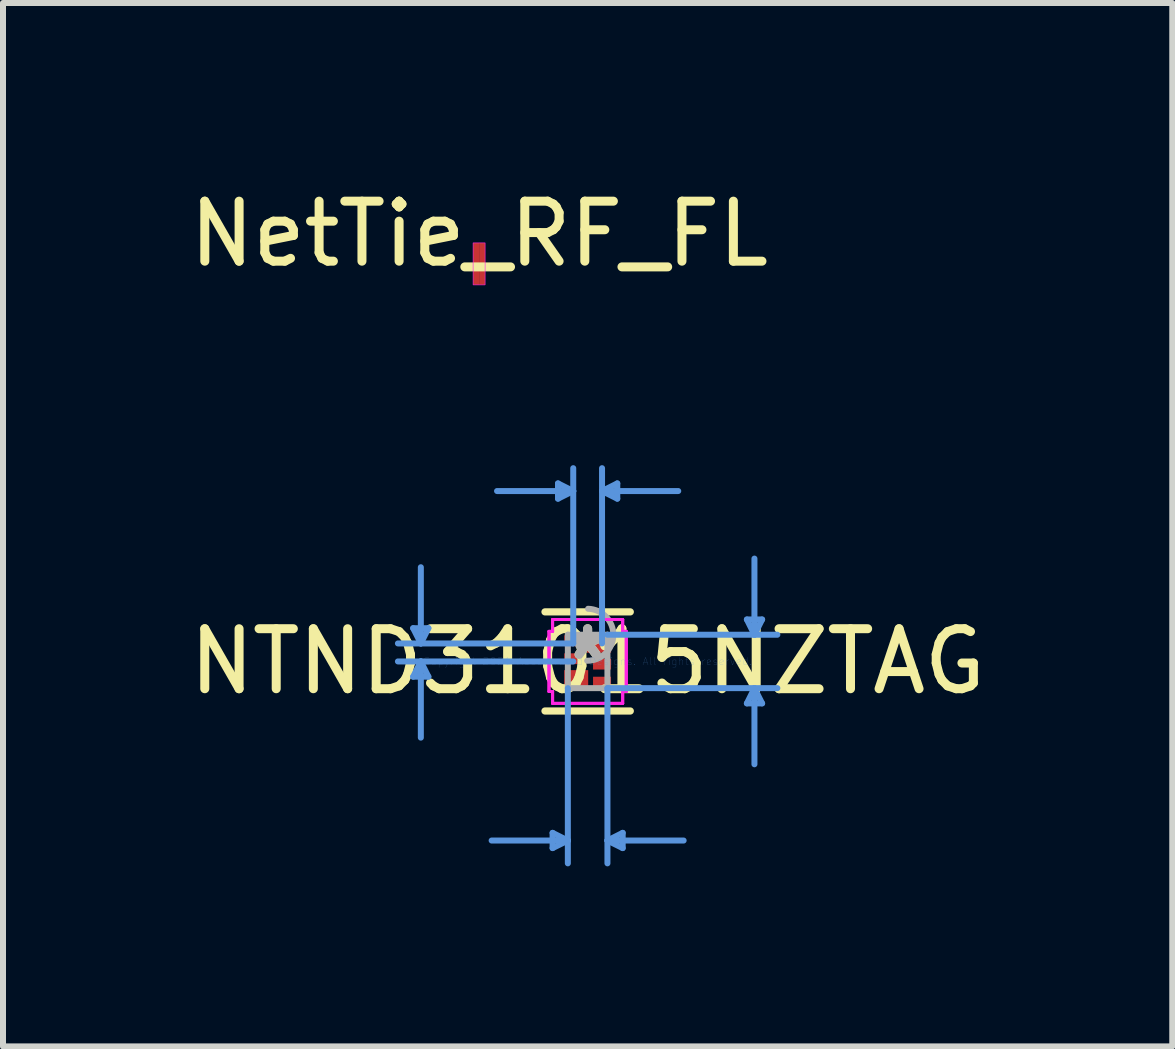
<source format=kicad_pcb>
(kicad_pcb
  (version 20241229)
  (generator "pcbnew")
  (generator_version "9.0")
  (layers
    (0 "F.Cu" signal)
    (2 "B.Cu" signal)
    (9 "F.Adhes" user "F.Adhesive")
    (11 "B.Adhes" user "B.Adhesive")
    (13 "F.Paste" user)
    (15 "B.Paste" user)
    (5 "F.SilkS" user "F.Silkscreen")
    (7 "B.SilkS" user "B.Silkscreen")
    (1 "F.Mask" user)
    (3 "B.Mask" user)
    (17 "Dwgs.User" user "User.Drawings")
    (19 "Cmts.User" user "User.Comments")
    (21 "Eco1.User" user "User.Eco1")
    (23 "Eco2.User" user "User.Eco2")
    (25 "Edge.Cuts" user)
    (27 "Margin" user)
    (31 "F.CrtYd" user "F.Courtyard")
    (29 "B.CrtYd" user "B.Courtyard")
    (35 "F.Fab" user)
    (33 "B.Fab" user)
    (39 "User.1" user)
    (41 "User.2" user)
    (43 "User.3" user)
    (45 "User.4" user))
  (footprint "NTND31015NZTAG"
    (layer "F.Cu")
    (at 6.744 7.974)
    (property "Reference" "NTND31015NZTAG" (at 0 0 0) (layer "F.SilkS") (effects (font (size 1 1) (thickness 0.15))))
    (attr through_hole)
    (fp_poly (pts (xy -0.391 -0.39) (xy -0.391 -0.21) (xy -0.09 -0.21) (xy -0.09 -0.39)) (stroke (width 0.1) (type solid)) (fill yes) (layer "F.Mask"))
    (fp_poly (pts (xy -0.391 -0.09) (xy -0.391 0.09) (xy -0.09 0.09) (xy -0.09 -0.09)) (stroke (width 0.1) (type solid)) (fill yes) (layer "F.Mask"))
    (fp_poly (pts (xy -0.391 0.21) (xy -0.391 0.39) (xy -0.09 0.39) (xy -0.09 0.21)) (stroke (width 0.1) (type solid)) (fill yes) (layer "F.Mask"))
    (fp_poly (pts (xy 0.09 -0.39) (xy 0.09 -0.21) (xy 0.391 -0.21) (xy 0.391 -0.39)) (stroke (width 0.1) (type solid)) (fill yes) (layer "F.Mask"))
    (fp_poly (pts (xy 0.09 -0.09) (xy 0.09 0.09) (xy 0.391 0.09) (xy 0.391 -0.09)) (stroke (width 0.1) (type solid)) (fill yes) (layer "F.Mask"))
    (fp_poly (pts (xy 0.09 0.21) (xy 0.09 0.39) (xy 0.391 0.39) (xy 0.391 0.21)) (stroke (width 0.1) (type solid)) (fill yes) (layer "F.Mask"))
    (fp_line (start -0.711 0.826) (end 0.711 0.826) (stroke (width 0.12) (type solid)) (layer "F.SilkS"))
    (fp_line (start 0.711 -0.826) (end -0.711 -0.826) (stroke (width 0.12) (type solid)) (layer "F.SilkS"))
    (fp_poly (pts (xy -0.391 -0.39) (xy -0.391 -0.21) (xy -0.09 -0.21) (xy -0.09 -0.39)) (stroke (width 0.1) (type solid)) (fill yes) (layer "F.Paste"))
    (fp_poly (pts (xy -0.391 -0.09) (xy -0.391 0.09) (xy -0.09 0.09) (xy -0.09 -0.09)) (stroke (width 0.1) (type solid)) (fill yes) (layer "F.Paste"))
    (fp_poly (pts (xy -0.391 0.21) (xy -0.391 0.39) (xy -0.09 0.39) (xy -0.09 0.21)) (stroke (width 0.1) (type solid)) (fill yes) (layer "F.Paste"))
    (fp_poly (pts (xy 0.09 -0.39) (xy 0.09 -0.21) (xy 0.391 -0.21) (xy 0.391 -0.39)) (stroke (width 0.1) (type solid)) (fill yes) (layer "F.Paste"))
    (fp_poly (pts (xy 0.09 -0.09) (xy 0.09 0.09) (xy 0.391 0.09) (xy 0.391 -0.09)) (stroke (width 0.1) (type solid)) (fill yes) (layer "F.Paste"))
    (fp_poly (pts (xy 0.09 0.21) (xy 0.09 0.39) (xy 0.391 0.39) (xy 0.391 0.21)) (stroke (width 0.1) (type solid)) (fill yes) (layer "F.Paste"))
    (fp_line (start -2.908 -0.554) (end -2.654 -0.554) (stroke (width 0.1) (type solid)) (layer "Cmts.User"))
    (fp_line (start -2.908 0.254) (end -2.654 0.254) (stroke (width 0.1) (type solid)) (layer "Cmts.User"))
    (fp_line (start -2.78 -0.3) (end -2.908 -0.554) (stroke (width 0.1) (type solid)) (layer "Cmts.User"))
    (fp_line (start -2.78 -0.3) (end -2.78 -1.57) (stroke (width 0.1) (type solid)) (layer "Cmts.User"))
    (fp_line (start -2.78 -0.3) (end -2.654 -0.554) (stroke (width 0.1) (type solid)) (layer "Cmts.User"))
    (fp_line (start -2.78 0) (end -2.908 0.254) (stroke (width 0.1) (type solid)) (layer "Cmts.User"))
    (fp_line (start -2.78 0) (end -2.78 1.27) (stroke (width 0.1) (type solid)) (layer "Cmts.User"))
    (fp_line (start -2.78 0) (end -2.654 0.254) (stroke (width 0.1) (type solid)) (layer "Cmts.User"))
    (fp_line (start -0.584 2.857) (end -0.584 3.111) (stroke (width 0.1) (type solid)) (layer "Cmts.User"))
    (fp_line (start -0.494 -2.967) (end -0.494 -2.713) (stroke (width 0.1) (type solid)) (layer "Cmts.User"))
    (fp_line (start -0.33 0.445) (end -0.33 3.365) (stroke (width 0.1) (type solid)) (layer "Cmts.User"))
    (fp_line (start -0.33 2.985) (end -1.6 2.985) (stroke (width 0.1) (type solid)) (layer "Cmts.User"))
    (fp_line (start -0.33 2.985) (end -0.584 2.857) (stroke (width 0.1) (type solid)) (layer "Cmts.User"))
    (fp_line (start -0.33 2.985) (end -0.584 3.111) (stroke (width 0.1) (type solid)) (layer "Cmts.User"))
    (fp_line (start -0.24 -2.84) (end -1.51 -2.84) (stroke (width 0.1) (type solid)) (layer "Cmts.User"))
    (fp_line (start -0.24 -2.84) (end -0.494 -2.967) (stroke (width 0.1) (type solid)) (layer "Cmts.User"))
    (fp_line (start -0.24 -2.84) (end -0.494 -2.713) (stroke (width 0.1) (type solid)) (layer "Cmts.User"))
    (fp_line (start -0.24 -0.3) (end -3.162 -0.3) (stroke (width 0.1) (type solid)) (layer "Cmts.User"))
    (fp_line (start -0.24 -0.3) (end -0.24 -3.221) (stroke (width 0.1) (type solid)) (layer "Cmts.User"))
    (fp_line (start -0.24 0) (end -3.162 0) (stroke (width 0.1) (type solid)) (layer "Cmts.User"))
    (fp_line (start 0.24 -2.84) (end 0.494 -2.967) (stroke (width 0.1) (type solid)) (layer "Cmts.User"))
    (fp_line (start 0.24 -2.84) (end 0.494 -2.713) (stroke (width 0.1) (type solid)) (layer "Cmts.User"))
    (fp_line (start 0.24 -2.84) (end 1.51 -2.84) (stroke (width 0.1) (type solid)) (layer "Cmts.User"))
    (fp_line (start 0.24 -0.3) (end 0.24 -3.221) (stroke (width 0.1) (type solid)) (layer "Cmts.User"))
    (fp_line (start 0.33 -0.445) (end 3.162 -0.445) (stroke (width 0.1) (type solid)) (layer "Cmts.User"))
    (fp_line (start 0.33 0.445) (end 0.33 3.365) (stroke (width 0.1) (type solid)) (layer "Cmts.User"))
    (fp_line (start 0.33 0.445) (end 3.162 0.445) (stroke (width 0.1) (type solid)) (layer "Cmts.User"))
    (fp_line (start 0.33 2.985) (end 0.584 2.857) (stroke (width 0.1) (type solid)) (layer "Cmts.User"))
    (fp_line (start 0.33 2.985) (end 0.584 3.111) (stroke (width 0.1) (type solid)) (layer "Cmts.User"))
    (fp_line (start 0.33 2.985) (end 1.6 2.985) (stroke (width 0.1) (type solid)) (layer "Cmts.User"))
    (fp_line (start 0.494 -2.967) (end 0.494 -2.713) (stroke (width 0.1) (type solid)) (layer "Cmts.User"))
    (fp_line (start 0.584 2.857) (end 0.584 3.111) (stroke (width 0.1) (type solid)) (layer "Cmts.User"))
    (fp_line (start 2.654 -0.699) (end 2.908 -0.699) (stroke (width 0.1) (type solid)) (layer "Cmts.User"))
    (fp_line (start 2.654 0.699) (end 2.908 0.699) (stroke (width 0.1) (type solid)) (layer "Cmts.User"))
    (fp_line (start 2.78 -0.445) (end 2.654 -0.699) (stroke (width 0.1) (type solid)) (layer "Cmts.User"))
    (fp_line (start 2.78 -0.445) (end 2.78 -1.714) (stroke (width 0.1) (type solid)) (layer "Cmts.User"))
    (fp_line (start 2.78 -0.445) (end 2.908 -0.699) (stroke (width 0.1) (type solid)) (layer "Cmts.User"))
    (fp_line (start 2.78 0.445) (end 2.654 0.699) (stroke (width 0.1) (type solid)) (layer "Cmts.User"))
    (fp_line (start 2.78 0.445) (end 2.78 1.714) (stroke (width 0.1) (type solid)) (layer "Cmts.User"))
    (fp_line (start 2.78 0.445) (end 2.908 0.699) (stroke (width 0.1) (type solid)) (layer "Cmts.User"))
    (fp_line (start -0.644 -0.501) (end -0.584 -0.501) (stroke (width 0.05) (type solid)) (layer "F.CrtYd"))
    (fp_line (start -0.644 -0.501) (end -0.584 -0.501) (stroke (width 0.05) (type solid)) (layer "F.CrtYd"))
    (fp_line (start -0.644 0.501) (end -0.644 -0.501) (stroke (width 0.05) (type solid)) (layer "F.CrtYd"))
    (fp_line (start -0.644 0.501) (end -0.644 -0.501) (stroke (width 0.05) (type solid)) (layer "F.CrtYd"))
    (fp_line (start -0.644 0.501) (end -0.584 0.501) (stroke (width 0.05) (type solid)) (layer "F.CrtYd"))
    (fp_line (start -0.584 -0.699) (end 0.584 -0.699) (stroke (width 0.05) (type solid)) (layer "F.CrtYd"))
    (fp_line (start -0.584 -0.699) (end 0.584 -0.699) (stroke (width 0.05) (type solid)) (layer "F.CrtYd"))
    (fp_line (start -0.584 -0.501) (end -0.584 -0.699) (stroke (width 0.05) (type solid)) (layer "F.CrtYd"))
    (fp_line (start -0.584 -0.501) (end -0.584 -0.699) (stroke (width 0.05) (type solid)) (layer "F.CrtYd"))
    (fp_line (start -0.584 0.501) (end -0.644 0.501) (stroke (width 0.05) (type solid)) (layer "F.CrtYd"))
    (fp_line (start -0.584 0.699) (end -0.584 0.501) (stroke (width 0.05) (type solid)) (layer "F.CrtYd"))
    (fp_line (start -0.584 0.699) (end -0.584 0.501) (stroke (width 0.05) (type solid)) (layer "F.CrtYd"))
    (fp_line (start 0.584 -0.699) (end 0.584 -0.501) (stroke (width 0.05) (type solid)) (layer "F.CrtYd"))
    (fp_line (start 0.584 -0.699) (end 0.584 -0.501) (stroke (width 0.05) (type solid)) (layer "F.CrtYd"))
    (fp_line (start 0.584 -0.501) (end 0.644 -0.501) (stroke (width 0.05) (type solid)) (layer "F.CrtYd"))
    (fp_line (start 0.584 0.501) (end 0.584 0.699) (stroke (width 0.05) (type solid)) (layer "F.CrtYd"))
    (fp_line (start 0.584 0.501) (end 0.584 0.699) (stroke (width 0.05) (type solid)) (layer "F.CrtYd"))
    (fp_line (start 0.584 0.699) (end -0.584 0.699) (stroke (width 0.05) (type solid)) (layer "F.CrtYd"))
    (fp_line (start 0.584 0.699) (end -0.584 0.699) (stroke (width 0.05) (type solid)) (layer "F.CrtYd"))
    (fp_line (start 0.644 -0.501) (end 0.584 -0.501) (stroke (width 0.05) (type solid)) (layer "F.CrtYd"))
    (fp_line (start 0.644 -0.501) (end 0.644 0.501) (stroke (width 0.05) (type solid)) (layer "F.CrtYd"))
    (fp_line (start 0.644 -0.501) (end 0.644 0.501) (stroke (width 0.05) (type solid)) (layer "F.CrtYd"))
    (fp_line (start 0.644 0.501) (end 0.584 0.501) (stroke (width 0.05) (type solid)) (layer "F.CrtYd"))
    (fp_line (start 0.644 0.501) (end 0.584 0.501) (stroke (width 0.05) (type solid)) (layer "F.CrtYd"))
    (fp_line (start -0.33 -0.445) (end -0.33 0.445) (stroke (width 0.1) (type solid)) (layer "F.Fab"))
    (fp_line (start -0.33 0.445) (end 0.33 0.445) (stroke (width 0.1) (type solid)) (layer "F.Fab"))
    (fp_line (start 0.33 -0.445) (end -0.33 -0.445) (stroke (width 0.1) (type solid)) (layer "F.Fab"))
    (fp_line (start 0.33 0.445) (end 0.33 -0.445) (stroke (width 0.1) (type solid)) (layer "F.Fab"))
    (fp_arc (start 0.007742 -0.87771) (mid 0.43321 -0.436758) (end -0.007742 -0.01129) (stroke (width 0.1) (type solid)) (layer "F.Fab"))
    (fp_circle (center -0.09 -0.3) (end -0.014 -0.3) (stroke (width 0.1) (type solid)) (fill no) (layer "F.Fab"))
    (fp_text user "*" (at 0 0 0) (layer "F.SilkS") (effects (font (size 1 1) (thickness 0.15))))
    (fp_text user "Copyright 2021 Accelerated Designs. All rights reserved." (at 0 0 0) (layer "Cmts.User") (effects (font (size 0.127 0.127) (thickness 0.002))))
    (fp_text user "*" (at 0 0 0) (layer "F.Fab") (effects (font (size 1 1) (thickness 0.15))))
    (pad "1" smd rect (at -0.24 -0.345) (size 0.3 0.18) (layers "F.Cu" "F.Mask"))
    (pad "2" smd rect (at -0.24 -0.045) (size 0.3 0.18) (layers "F.Cu" "F.Mask"))
    (pad "3" smd rect (at -0.191 0.295) (size 0.4 0.3) (layers "F.Cu" "F.Mask" "F.Paste"))
    (pad "4" smd rect (at 0.24 0.345) (size 0.3 0.18) (layers "F.Cu" "F.Mask"))
    (pad "5" smd rect (at 0.24 0.045) (size 0.3 0.18) (layers "F.Cu" "F.Mask"))
    (pad "6" smd rect (at 0.191 -0.295) (size 0.4 0.3) (layers "F.Cu" "F.Mask" "F.Paste")))
  (footprint "NetTie_RF_FL"
    (layer "F.Cu")
    (at 4.935 1.348)
    (property "Reference" "NetTie_RF_FL" (at 0 -0.5 0) (unlocked yes) (layer "F.SilkS") (effects (font (size 1 1) (thickness 0.15))))
    (fp_rect (start -0.1 -0.35) (end 0 0.35) (stroke (width 0) (type solid)) (fill yes) (layer "F.Mask"))
    (fp_rect (start -0.1 -0.35) (end 0.1 0.35) (stroke (width 0.01) (type solid)) (fill no) (layer "F.CrtYd"))
    (pad "1" smd rect (at -0.05 0) (size 0.1 0.7) (layers "F.Cu"))
    (pad "2" smd rect (at 0.05 0) (size 0.1 0.7) (layers "F.Cu")))
  (gr_rect
    (start -3 -3)
    (end 16.488 14.39)
    (stroke (width 0.1) (type default))
    (fill no)
    (layer "Edge.Cuts")))
</source>
